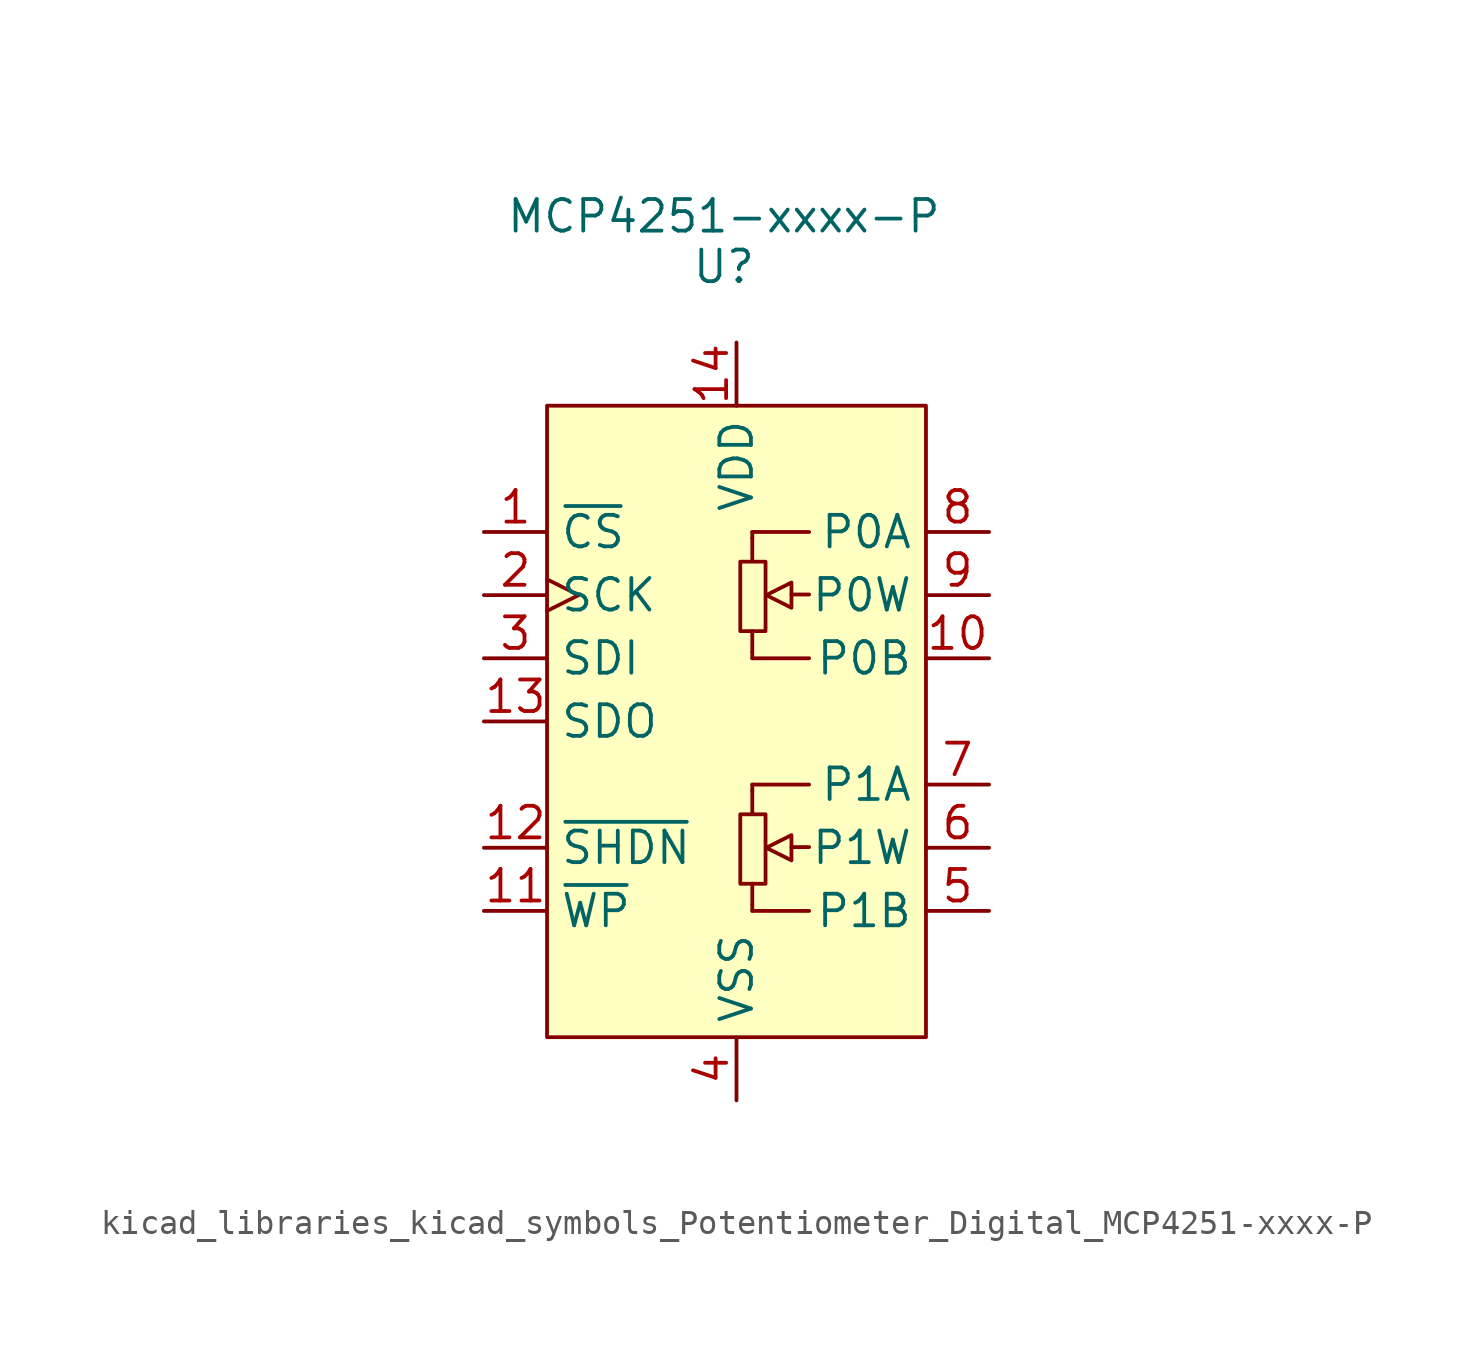
<source format=kicad_sym>
(kicad_symbol_lib
  (version 20220914)
  (generator kicad_symbol_editor)
  (symbol "kicad_libraries_kicad_symbols_Potentiometer_Digital_MCP4251-xxxx-P"
    (property "Reference" "U"
      (at -0.508 18.288 0)
      (effects (font (size 1.27 1.27))))
    (property "Value" "MCP4251-xxxx-P"
      (at -0.508 20.32 0)
      (effects (font (size 1.27 1.27))))
    (symbol "kicad_libraries_kicad_symbols_Potentiometer_Digital_MCP4251-xxxx-P_0_1"
      (polyline (pts (xy 0 12.7) (xy 7.62 12.7) (xy 7.62 0) (xy 7.62 -12.7) (xy -7.62 -12.7) (xy -7.62 12.7) (xy 0 12.7)) (stroke (width 0) (type default)) (fill (type background))))
    (symbol "kicad_libraries_kicad_symbols_Potentiometer_Digital_MCP4251-xxxx-P_1_1"
      (polyline (pts (xy 0.635 -7.366) (xy 0.635 -6.528)) (stroke (width 0) (type default)) (fill (type none)))
      (polyline (pts (xy 0.635 -2.769) (xy 0.635 -3.708)) (stroke (width 0) (type default)) (fill (type none)))
      (polyline (pts (xy 0.635 2.794) (xy 0.635 3.632)) (stroke (width 0) (type default)) (fill (type none)))
      (polyline (pts (xy 0.635 7.391) (xy 0.635 6.452)) (stroke (width 0) (type default)) (fill (type none)))
      (polyline (pts (xy 2.21 -5.055) (xy 2.921 -5.055)) (stroke (width 0) (type default)) (fill (type none)))
      (polyline (pts (xy 2.21 5.105) (xy 2.921 5.105)) (stroke (width 0) (type default)) (fill (type none)))
      (polyline (pts (xy 0.635 -7.62) (xy 0.635 -7.366) (xy 0.635 -7.366)) (stroke (width 0) (type default)) (fill (type background)))
      (polyline (pts (xy 0.635 -7.62) (xy 2.921 -7.62) (xy 2.921 -7.62)) (stroke (width 0) (type default)) (fill (type background)))
      (polyline (pts (xy 0.635 -2.54) (xy 0.635 -2.794) (xy 0.635 -2.794)) (stroke (width 0) (type default)) (fill (type none)))
      (polyline (pts (xy 0.635 -2.54) (xy 2.921 -2.54) (xy 2.921 -2.54)) (stroke (width 0) (type default)) (fill (type background)))
      (polyline (pts (xy 0.635 2.54) (xy 0.635 2.794) (xy 0.635 2.794)) (stroke (width 0) (type default)) (fill (type background)))
      (polyline (pts (xy 0.635 2.54) (xy 2.921 2.54) (xy 2.921 2.54)) (stroke (width 0) (type default)) (fill (type background)))
      (polyline (pts (xy 0.635 7.62) (xy 0.635 7.366) (xy 0.635 7.366)) (stroke (width 0) (type default)) (fill (type none)))
      (polyline (pts (xy 0.635 7.62) (xy 2.921 7.62) (xy 2.921 7.62)) (stroke (width 0) (type default)) (fill (type background)))
      (polyline (pts (xy 2.21 -4.572) (xy 2.21 -5.588) (xy 1.194 -5.08) (xy 2.21 -4.572) (xy 2.21 -4.572)) (stroke (width 0) (type default)) (fill (type background)))
      (polyline (pts (xy 2.21 5.588) (xy 2.21 4.572) (xy 1.194 5.08) (xy 2.21 5.588) (xy 2.21 5.588)) (stroke (width 0) (type default)) (fill (type background)))
      (rectangle (start 0.152 -3.734) (end 1.168 -6.528) (stroke (width 0) (type default)) (fill (type none)))
      (rectangle (start 0.152 6.426) (end 1.168 3.632) (stroke (width 0) (type default)) (fill (type none)))
      (pin input line (at -10.16 7.62 0) (length 2.54) (name "~{CS}" (effects (font (size 1.27 1.27)))) (number "1" (effects (font (size 1.27 1.27)))))
      (pin passive line (at 10.16 2.54 180) (length 2.54) (name "P0B" (effects (font (size 1.27 1.27)))) (number "10" (effects (font (size 1.27 1.27)))))
      (pin input line (at -10.16 -7.62 0) (length 2.54) (name "~{WP}" (effects (font (size 1.27 1.27)))) (number "11" (effects (font (size 1.27 1.27)))))
      (pin input line (at -10.16 -5.08 0) (length 2.54) (name "~{SHDN}" (effects (font (size 1.27 1.27)))) (number "12" (effects (font (size 1.27 1.27)))))
      (pin output line (at -10.16 0 0) (length 2.54) (name "SDO" (effects (font (size 1.27 1.27)))) (number "13" (effects (font (size 1.27 1.27)))))
      (pin power_in line (at 0 15.24 270) (length 2.54) (name "VDD" (effects (font (size 1.27 1.27)))) (number "14" (effects (font (size 1.27 1.27)))))
      (pin input clock (at -10.16 5.08 0) (length 2.54) (name "SCK" (effects (font (size 1.27 1.27)))) (number "2" (effects (font (size 1.27 1.27)))))
      (pin input line (at -10.16 2.54 0) (length 2.54) (name "SDI" (effects (font (size 1.27 1.27)))) (number "3" (effects (font (size 1.27 1.27)))))
      (pin power_in line (at 0 -15.24 90) (length 2.54) (name "VSS" (effects (font (size 1.27 1.27)))) (number "4" (effects (font (size 1.27 1.27)))))
      (pin passive line (at 10.16 -7.62 180) (length 2.54) (name "P1B" (effects (font (size 1.27 1.27)))) (number "5" (effects (font (size 1.27 1.27)))))
      (pin passive line (at 10.16 -5.08 180) (length 2.54) (name "P1W" (effects (font (size 1.27 1.27)))) (number "6" (effects (font (size 1.27 1.27)))))
      (pin passive line (at 10.16 -2.54 180) (length 2.54) (name "P1A" (effects (font (size 1.27 1.27)))) (number "7" (effects (font (size 1.27 1.27)))))
      (pin passive line (at 10.16 7.62 180) (length 2.54) (name "P0A" (effects (font (size 1.27 1.27)))) (number "8" (effects (font (size 1.27 1.27)))))
      (pin passive line (at 10.16 5.08 180) (length 2.54) (name "P0W" (effects (font (size 1.27 1.27)))) (number "9" (effects (font (size 1.27 1.27))))))))
</source>
